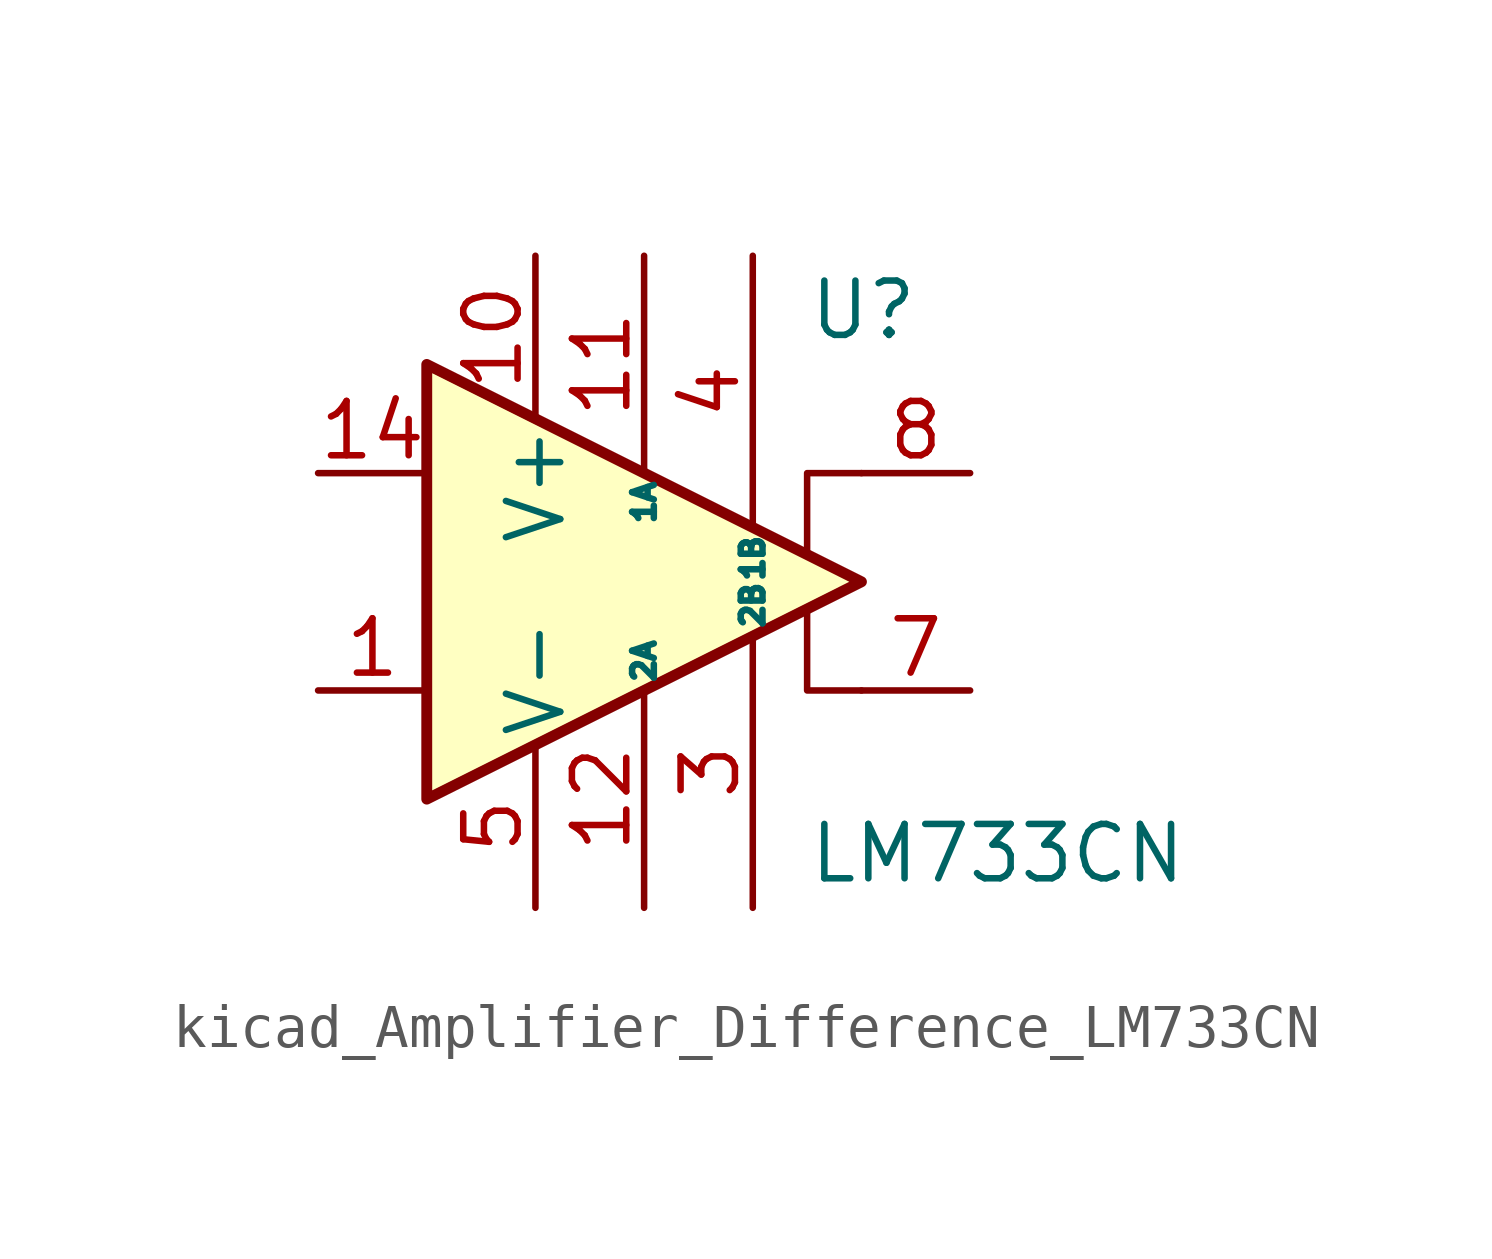
<source format=kicad_sym>
(kicad_symbol_lib
  (version 20220914)
  (generator kicad_symbol_editor)
  (symbol "kicad_Amplifier_Difference_LM733CN"
    (pin_names
      (offset 0.127))
    (property "Reference" "U"
      (at 3.81 6.35 0)
      (effects (font (size 1.27 1.27)) (justify left)))
    (property "Value" "LM733CN"
      (at 3.81 -6.35 0)
      (effects (font (size 1.27 1.27)) (justify left)))
    (symbol "kicad_Amplifier_Difference_LM733CN_0_1"
      (polyline (pts (xy 5.08 -2.54) (xy 3.81 -2.54) (xy 3.81 -0.635)) (stroke (width 0) (type default)) (fill (type none)))
      (polyline (pts (xy 5.08 2.54) (xy 3.81 2.54) (xy 3.81 0.635)) (stroke (width 0) (type default)) (fill (type none)))
      (polyline (pts (xy 5.08 0) (xy -5.08 5.08) (xy -5.08 -5.08) (xy 5.08 0)) (stroke (width 0.254) (type default)) (fill (type background))))
    (symbol "kicad_Amplifier_Difference_LM733CN_1_1"
      (pin input line (at -7.62 -2.54 0) (length 2.54) (name "~" (effects (font (size 1.27 1.27)))) (number "1" (effects (font (size 1.27 1.27)))))
      (pin power_in line (at -2.54 7.62 270) (length 3.81) (name "V+" (effects (font (size 1.27 1.27)))) (number "10" (effects (font (size 1.27 1.27)))))
      (pin passive line (at 0 7.62 270) (length 5.08) (name "1A" (effects (font (size 0.508 0.508)))) (number "11" (effects (font (size 1.27 1.27)))))
      (pin passive line (at 0 -7.62 90) (length 5.08) (name "2A" (effects (font (size 0.508 0.508)))) (number "12" (effects (font (size 1.27 1.27)))))
      (pin no_connect line (at -2.54 -3.81 90) (length 2.54) hide (name "NC" (effects (font (size 1.27 1.27)))) (number "13" (effects (font (size 1.27 1.27)))))
      (pin input line (at -7.62 2.54 0) (length 2.54) (name "~" (effects (font (size 1.27 1.27)))) (number "14" (effects (font (size 1.27 1.27)))))
      (pin no_connect line (at 2.54 1.27 270) (length 2.54) hide (name "NC" (effects (font (size 1.27 1.27)))) (number "2" (effects (font (size 1.27 1.27)))))
      (pin passive line (at 2.54 -7.62 90) (length 6.35) (name "2B" (effects (font (size 0.508 0.508)))) (number "3" (effects (font (size 1.27 1.27)))))
      (pin passive line (at 2.54 7.62 270) (length 6.35) (name "1B" (effects (font (size 0.508 0.508)))) (number "4" (effects (font (size 1.27 1.27)))))
      (pin power_in line (at -2.54 -7.62 90) (length 3.81) (name "V-" (effects (font (size 1.27 1.27)))) (number "5" (effects (font (size 1.27 1.27)))))
      (pin no_connect line (at 0 2.54 270) (length 2.54) hide (name "NC" (effects (font (size 1.27 1.27)))) (number "6" (effects (font (size 1.27 1.27)))))
      (pin output line (at 7.62 -2.54 180) (length 2.54) (name "~" (effects (font (size 1.27 1.27)))) (number "7" (effects (font (size 1.27 1.27)))))
      (pin output line (at 7.62 2.54 180) (length 2.54) (name "~" (effects (font (size 1.27 1.27)))) (number "8" (effects (font (size 1.27 1.27)))))
      (pin no_connect line (at 0 -2.54 90) (length 2.54) hide (name "NC" (effects (font (size 1.27 1.27)))) (number "9" (effects (font (size 1.27 1.27))))))))
</source>
